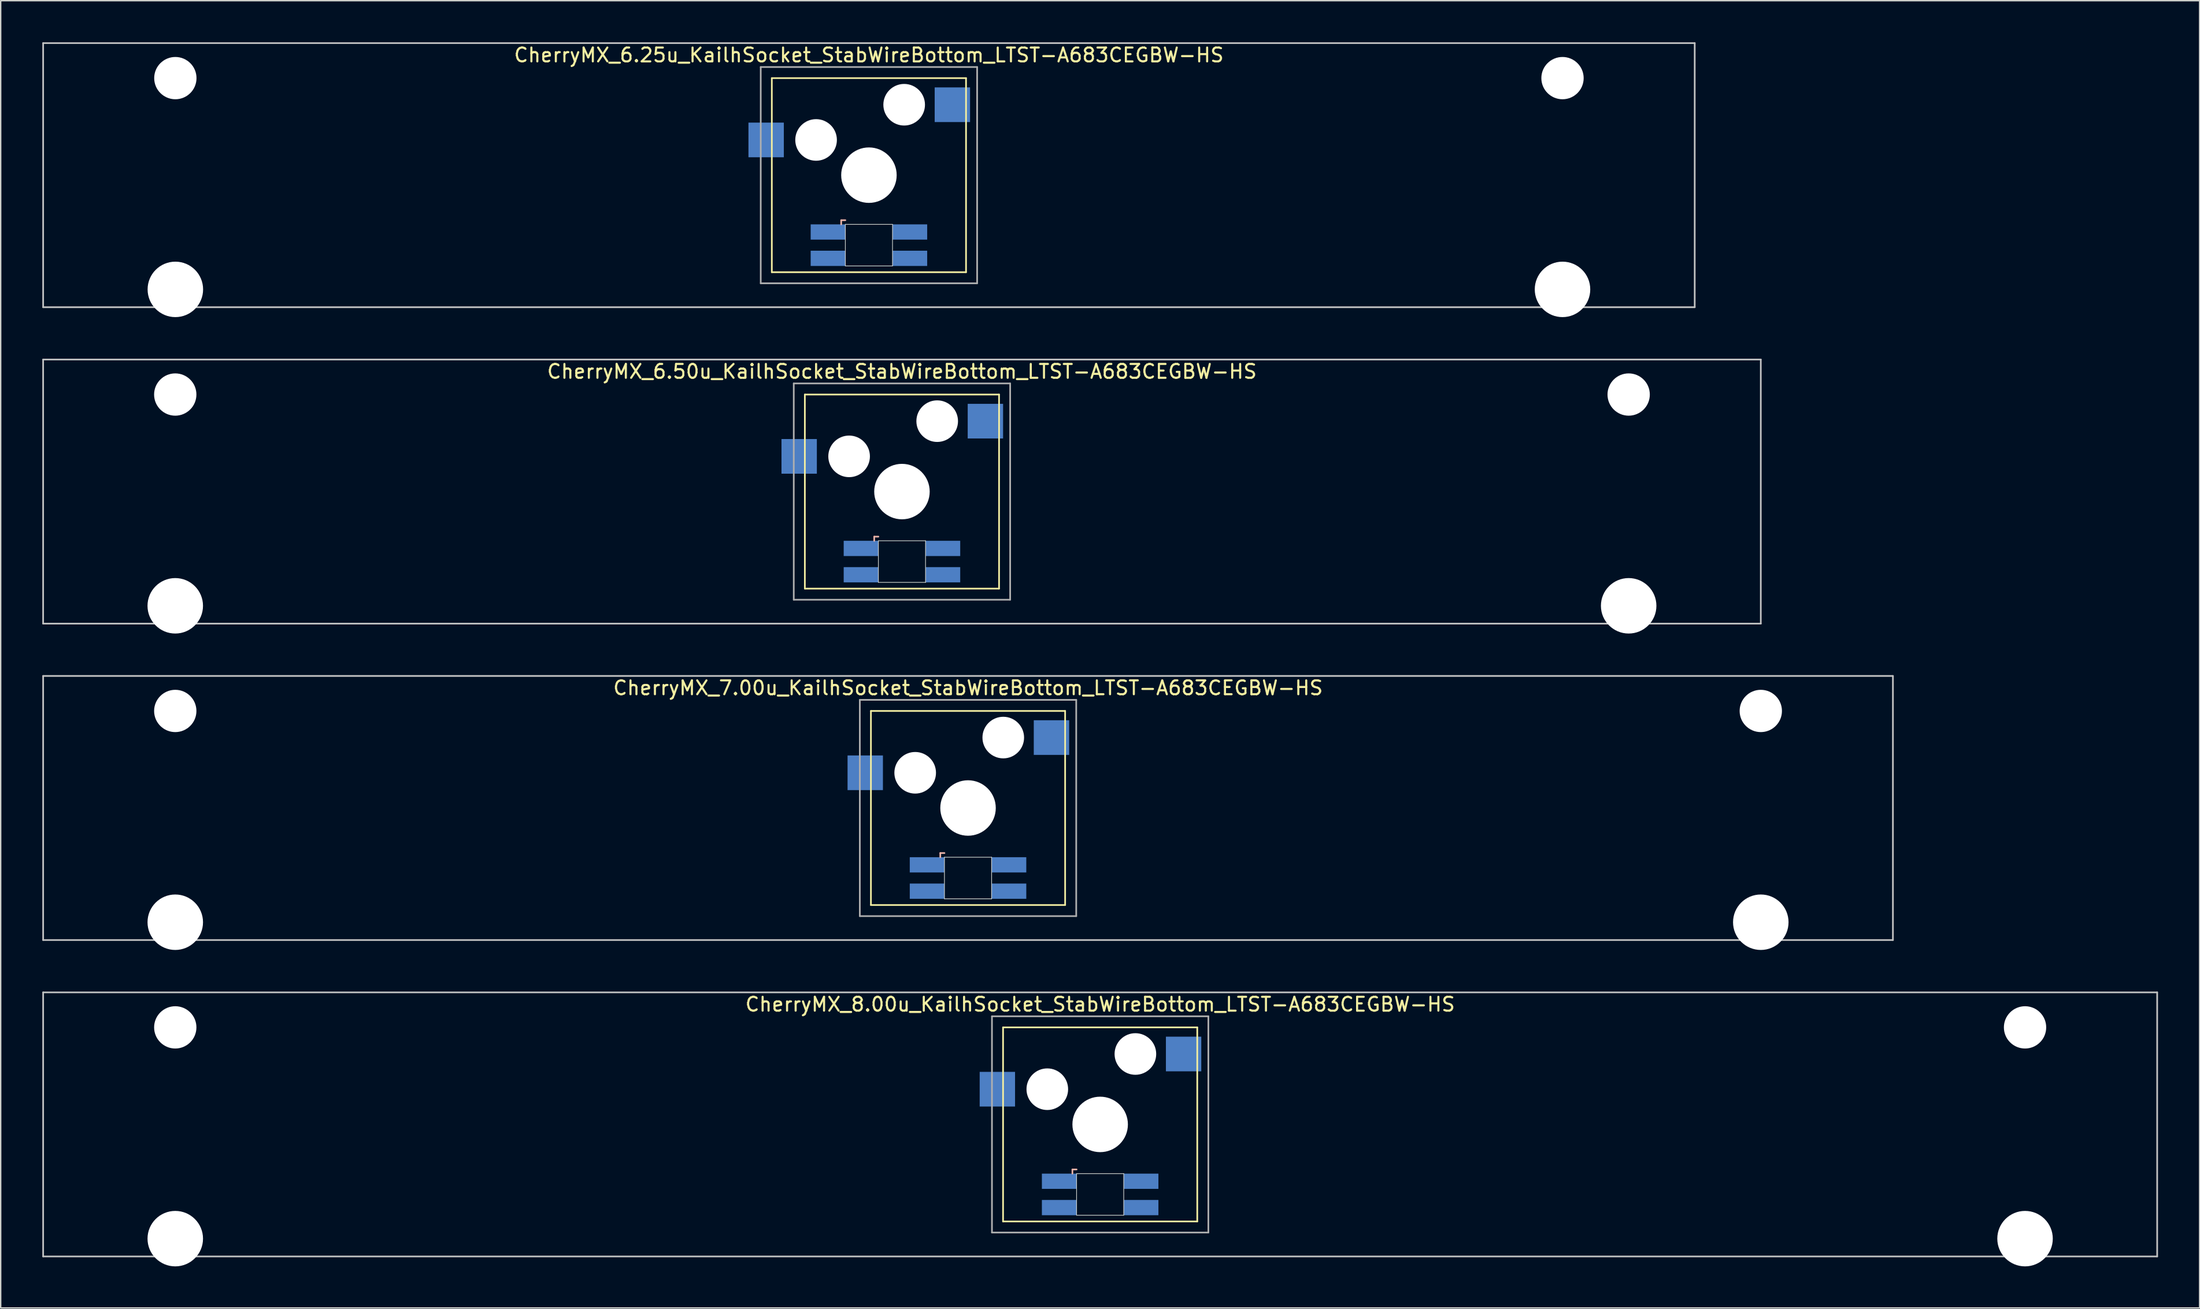
<source format=kicad_pcb>
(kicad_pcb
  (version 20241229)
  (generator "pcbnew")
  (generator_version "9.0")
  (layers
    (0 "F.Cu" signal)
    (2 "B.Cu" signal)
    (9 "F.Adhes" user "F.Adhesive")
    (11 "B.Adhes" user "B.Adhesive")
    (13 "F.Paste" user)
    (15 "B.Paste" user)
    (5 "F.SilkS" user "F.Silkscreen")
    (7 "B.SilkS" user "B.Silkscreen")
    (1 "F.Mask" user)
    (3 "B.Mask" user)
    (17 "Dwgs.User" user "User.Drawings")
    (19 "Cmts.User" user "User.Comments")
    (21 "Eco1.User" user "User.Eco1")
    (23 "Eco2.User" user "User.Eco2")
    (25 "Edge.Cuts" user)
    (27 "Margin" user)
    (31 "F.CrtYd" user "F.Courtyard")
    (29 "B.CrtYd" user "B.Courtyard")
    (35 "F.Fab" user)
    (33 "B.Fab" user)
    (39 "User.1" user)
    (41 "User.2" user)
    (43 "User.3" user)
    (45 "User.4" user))
  (footprint "CherryMX_8.00u_KailhSocket_StabWireBottom_LTST-A683CEGBW-HS"
    (layer "F.Cu")
    (at 76.26 78.06)
    (property "Reference" "CherryMX_8.00u_KailhSocket_StabWireBottom_LTST-A683CEGBW-HS" (at 0 -8.662 0) (layer "F.SilkS") (effects (font (size 1 1) (thickness 0.15))))
    (attr through_hole)
    (fp_line (start -7 -7) (end -7 7) (stroke (width 0.12) (type solid)) (layer "F.SilkS"))
    (fp_line (start -7 -7) (end 7 -7) (stroke (width 0.12) (type solid)) (layer "F.SilkS"))
    (fp_line (start 7 -7) (end 7 7) (stroke (width 0.12) (type solid)) (layer "F.SilkS"))
    (fp_line (start 7 7) (end -7 7) (stroke (width 0.12) (type solid)) (layer "F.SilkS"))
    (fp_line (start -2 3.25) (end -2 3.55) (stroke (width 0.12) (type solid)) (layer "B.SilkS"))
    (fp_line (start -1.7 3.25) (end -2 3.25) (stroke (width 0.12) (type solid)) (layer "B.SilkS"))
    (fp_line (start -76.2 -9.525) (end 76.2 -9.525) (stroke (width 0.12) (type solid)) (layer "Dwgs.User"))
    (fp_line (start -76.2 9.525) (end -76.2 -9.525) (stroke (width 0.12) (type solid)) (layer "Dwgs.User"))
    (fp_line (start 76.2 -9.525) (end 76.2 9.525) (stroke (width 0.12) (type solid)) (layer "Dwgs.User"))
    (fp_line (start 76.2 9.525) (end -76.2 9.525) (stroke (width 0.12) (type solid)) (layer "Dwgs.User"))
    (fp_line (start -1.7 3.55) (end 1.7 3.55) (stroke (width 0.05) (type solid)) (layer "Edge.Cuts"))
    (fp_line (start -1.7 6.55) (end -1.7 3.55) (stroke (width 0.05) (type solid)) (layer "Edge.Cuts"))
    (fp_line (start 1.7 3.55) (end 1.7 6.55) (stroke (width 0.05) (type solid)) (layer "Edge.Cuts"))
    (fp_line (start 1.7 6.55) (end -1.7 6.55) (stroke (width 0.05) (type solid)) (layer "Edge.Cuts"))
    (fp_line (start -7.8 -7.8) (end -7.8 7.8) (stroke (width 0.12) (type solid)) (layer "F.Fab"))
    (fp_line (start -7.8 -7.8) (end 7.8 -7.8) (stroke (width 0.12) (type solid)) (layer "F.Fab"))
    (fp_line (start -7.8 7.8) (end 7.8 7.8) (stroke (width 0.12) (type solid)) (layer "F.Fab"))
    (fp_line (start 7.8 -7.8) (end 7.8 7.8) (stroke (width 0.12) (type solid)) (layer "F.Fab"))
    (pad "" np_thru_hole circle (at -66.675 -7) (size 3.05 3.05) (drill 3.05) (layers "*.Cu" "*.Mask"))
    (pad "" np_thru_hole circle (at -66.675 8.24) (size 4 4) (drill 4) (layers "*.Cu" "*.Mask"))
    (pad "" np_thru_hole circle (at -3.81 -2.54) (size 3 3) (drill 3) (layers "*.Cu" "*.Mask"))
    (pad "" np_thru_hole circle (at 0 0) (size 4 4) (drill 4) (layers "*.Cu" "*.Mask"))
    (pad "" np_thru_hole circle (at 2.54 -5.08) (size 3 3) (drill 3) (layers "*.Cu" "*.Mask"))
    (pad "" np_thru_hole circle (at 66.675 -7) (size 3.05 3.05) (drill 3.05) (layers "*.Cu" "*.Mask"))
    (pad "" np_thru_hole circle (at 66.675 8.24) (size 4 4) (drill 4) (layers "*.Cu" "*.Mask"))
    (pad "1" smd rect (at -7.41 -2.54) (size 2.55 2.5) (layers "B.Cu" "B.Mask" "B.Paste"))
    (pad "2" smd rect (at 6.015 -5.08) (size 2.55 2.5) (layers "B.Cu" "B.Mask" "B.Paste"))
    (pad "3" smd rect (at -2.95 4.1) (size 2.5 1.1) (layers "B.Cu" "B.Mask" "B.Paste"))
    (pad "4" smd rect (at -2.95 6) (size 2.5 1.1) (layers "B.Cu" "B.Mask" "B.Paste"))
    (pad "5" smd rect (at 2.95 4.1) (size 2.5 1.1) (layers "B.Cu" "B.Mask" "B.Paste"))
    (pad "6" smd rect (at 2.95 6) (size 2.5 1.1) (layers "B.Cu" "B.Mask" "B.Paste")))
  (footprint "CherryMX_6.50u_KailhSocket_StabWireBottom_LTST-A683CEGBW-HS"
    (layer "F.Cu")
    (at 61.972 32.41)
    (property "Reference" "CherryMX_6.50u_KailhSocket_StabWireBottom_LTST-A683CEGBW-HS" (at 0 -8.662 0) (layer "F.SilkS") (effects (font (size 1 1) (thickness 0.15))))
    (attr through_hole)
    (fp_line (start -7 -7) (end -7 7) (stroke (width 0.12) (type solid)) (layer "F.SilkS"))
    (fp_line (start -7 -7) (end 7 -7) (stroke (width 0.12) (type solid)) (layer "F.SilkS"))
    (fp_line (start 7 -7) (end 7 7) (stroke (width 0.12) (type solid)) (layer "F.SilkS"))
    (fp_line (start 7 7) (end -7 7) (stroke (width 0.12) (type solid)) (layer "F.SilkS"))
    (fp_line (start -2 3.25) (end -2 3.55) (stroke (width 0.12) (type solid)) (layer "B.SilkS"))
    (fp_line (start -1.7 3.25) (end -2 3.25) (stroke (width 0.12) (type solid)) (layer "B.SilkS"))
    (fp_line (start -61.913 -9.525) (end 61.913 -9.525) (stroke (width 0.12) (type solid)) (layer "Dwgs.User"))
    (fp_line (start -61.913 9.525) (end -61.913 -9.525) (stroke (width 0.12) (type solid)) (layer "Dwgs.User"))
    (fp_line (start 61.913 -9.525) (end 61.913 9.525) (stroke (width 0.12) (type solid)) (layer "Dwgs.User"))
    (fp_line (start 61.913 9.525) (end -61.913 9.525) (stroke (width 0.12) (type solid)) (layer "Dwgs.User"))
    (fp_line (start -1.7 3.55) (end 1.7 3.55) (stroke (width 0.05) (type solid)) (layer "Edge.Cuts"))
    (fp_line (start -1.7 6.55) (end -1.7 3.55) (stroke (width 0.05) (type solid)) (layer "Edge.Cuts"))
    (fp_line (start 1.7 3.55) (end 1.7 6.55) (stroke (width 0.05) (type solid)) (layer "Edge.Cuts"))
    (fp_line (start 1.7 6.55) (end -1.7 6.55) (stroke (width 0.05) (type solid)) (layer "Edge.Cuts"))
    (fp_line (start -7.8 -7.8) (end -7.8 7.8) (stroke (width 0.12) (type solid)) (layer "F.Fab"))
    (fp_line (start -7.8 -7.8) (end 7.8 -7.8) (stroke (width 0.12) (type solid)) (layer "F.Fab"))
    (fp_line (start -7.8 7.8) (end 7.8 7.8) (stroke (width 0.12) (type solid)) (layer "F.Fab"))
    (fp_line (start 7.8 -7.8) (end 7.8 7.8) (stroke (width 0.12) (type solid)) (layer "F.Fab"))
    (pad "" np_thru_hole circle (at -52.388 -7) (size 3.05 3.05) (drill 3.05) (layers "*.Cu" "*.Mask"))
    (pad "" np_thru_hole circle (at -52.388 8.24) (size 4 4) (drill 4) (layers "*.Cu" "*.Mask"))
    (pad "" np_thru_hole circle (at -3.81 -2.54) (size 3 3) (drill 3) (layers "*.Cu" "*.Mask"))
    (pad "" np_thru_hole circle (at 0 0) (size 4 4) (drill 4) (layers "*.Cu" "*.Mask"))
    (pad "" np_thru_hole circle (at 2.54 -5.08) (size 3 3) (drill 3) (layers "*.Cu" "*.Mask"))
    (pad "" np_thru_hole circle (at 52.388 -7) (size 3.05 3.05) (drill 3.05) (layers "*.Cu" "*.Mask"))
    (pad "" np_thru_hole circle (at 52.388 8.24) (size 4 4) (drill 4) (layers "*.Cu" "*.Mask"))
    (pad "1" smd rect (at -7.41 -2.54) (size 2.55 2.5) (layers "B.Cu" "B.Mask" "B.Paste"))
    (pad "2" smd rect (at 6.015 -5.08) (size 2.55 2.5) (layers "B.Cu" "B.Mask" "B.Paste"))
    (pad "3" smd rect (at -2.95 4.1) (size 2.5 1.1) (layers "B.Cu" "B.Mask" "B.Paste"))
    (pad "4" smd rect (at -2.95 6) (size 2.5 1.1) (layers "B.Cu" "B.Mask" "B.Paste"))
    (pad "5" smd rect (at 2.95 4.1) (size 2.5 1.1) (layers "B.Cu" "B.Mask" "B.Paste"))
    (pad "6" smd rect (at 2.95 6) (size 2.5 1.1) (layers "B.Cu" "B.Mask" "B.Paste")))
  (footprint "CherryMX_6.25u_KailhSocket_StabWireBottom_LTST-A683CEGBW-HS"
    (layer "F.Cu")
    (at 59.591 9.585)
    (property "Reference" "CherryMX_6.25u_KailhSocket_StabWireBottom_LTST-A683CEGBW-HS" (at 0 -8.662 0) (layer "F.SilkS") (effects (font (size 1 1) (thickness 0.15))))
    (attr through_hole)
    (fp_line (start -7 -7) (end -7 7) (stroke (width 0.12) (type solid)) (layer "F.SilkS"))
    (fp_line (start -7 -7) (end 7 -7) (stroke (width 0.12) (type solid)) (layer "F.SilkS"))
    (fp_line (start 7 -7) (end 7 7) (stroke (width 0.12) (type solid)) (layer "F.SilkS"))
    (fp_line (start 7 7) (end -7 7) (stroke (width 0.12) (type solid)) (layer "F.SilkS"))
    (fp_line (start -2 3.25) (end -2 3.55) (stroke (width 0.12) (type solid)) (layer "B.SilkS"))
    (fp_line (start -1.7 3.25) (end -2 3.25) (stroke (width 0.12) (type solid)) (layer "B.SilkS"))
    (fp_line (start -59.531 -9.525) (end 59.531 -9.525) (stroke (width 0.12) (type solid)) (layer "Dwgs.User"))
    (fp_line (start -59.531 9.525) (end -59.531 -9.525) (stroke (width 0.12) (type solid)) (layer "Dwgs.User"))
    (fp_line (start 59.531 -9.525) (end 59.531 9.525) (stroke (width 0.12) (type solid)) (layer "Dwgs.User"))
    (fp_line (start 59.531 9.525) (end -59.531 9.525) (stroke (width 0.12) (type solid)) (layer "Dwgs.User"))
    (fp_line (start -1.7 3.55) (end 1.7 3.55) (stroke (width 0.05) (type solid)) (layer "Edge.Cuts"))
    (fp_line (start -1.7 6.55) (end -1.7 3.55) (stroke (width 0.05) (type solid)) (layer "Edge.Cuts"))
    (fp_line (start 1.7 3.55) (end 1.7 6.55) (stroke (width 0.05) (type solid)) (layer "Edge.Cuts"))
    (fp_line (start 1.7 6.55) (end -1.7 6.55) (stroke (width 0.05) (type solid)) (layer "Edge.Cuts"))
    (fp_line (start -7.8 -7.8) (end -7.8 7.8) (stroke (width 0.12) (type solid)) (layer "F.Fab"))
    (fp_line (start -7.8 -7.8) (end 7.8 -7.8) (stroke (width 0.12) (type solid)) (layer "F.Fab"))
    (fp_line (start -7.8 7.8) (end 7.8 7.8) (stroke (width 0.12) (type solid)) (layer "F.Fab"))
    (fp_line (start 7.8 -7.8) (end 7.8 7.8) (stroke (width 0.12) (type solid)) (layer "F.Fab"))
    (pad "" np_thru_hole circle (at -50 -7) (size 3.05 3.05) (drill 3.05) (layers "*.Cu" "*.Mask"))
    (pad "" np_thru_hole circle (at -50 8.24) (size 4 4) (drill 4) (layers "*.Cu" "*.Mask"))
    (pad "" np_thru_hole circle (at -3.81 -2.54) (size 3 3) (drill 3) (layers "*.Cu" "*.Mask"))
    (pad "" np_thru_hole circle (at 0 0) (size 4 4) (drill 4) (layers "*.Cu" "*.Mask"))
    (pad "" np_thru_hole circle (at 2.54 -5.08) (size 3 3) (drill 3) (layers "*.Cu" "*.Mask"))
    (pad "" np_thru_hole circle (at 50 -7) (size 3.05 3.05) (drill 3.05) (layers "*.Cu" "*.Mask"))
    (pad "" np_thru_hole circle (at 50 8.24) (size 4 4) (drill 4) (layers "*.Cu" "*.Mask"))
    (pad "1" smd rect (at -7.41 -2.54) (size 2.55 2.5) (layers "B.Cu" "B.Mask" "B.Paste"))
    (pad "2" smd rect (at 6.015 -5.08) (size 2.55 2.5) (layers "B.Cu" "B.Mask" "B.Paste"))
    (pad "3" smd rect (at -2.95 4.1) (size 2.5 1.1) (layers "B.Cu" "B.Mask" "B.Paste"))
    (pad "4" smd rect (at -2.95 6) (size 2.5 1.1) (layers "B.Cu" "B.Mask" "B.Paste"))
    (pad "5" smd rect (at 2.95 4.1) (size 2.5 1.1) (layers "B.Cu" "B.Mask" "B.Paste"))
    (pad "6" smd rect (at 2.95 6) (size 2.5 1.1) (layers "B.Cu" "B.Mask" "B.Paste")))
  (footprint "CherryMX_7.00u_KailhSocket_StabWireBottom_LTST-A683CEGBW-HS"
    (layer "F.Cu")
    (at 66.735 55.235)
    (property "Reference" "CherryMX_7.00u_KailhSocket_StabWireBottom_LTST-A683CEGBW-HS" (at 0 -8.662 0) (layer "F.SilkS") (effects (font (size 1 1) (thickness 0.15))))
    (attr through_hole)
    (fp_line (start -7 -7) (end -7 7) (stroke (width 0.12) (type solid)) (layer "F.SilkS"))
    (fp_line (start -7 -7) (end 7 -7) (stroke (width 0.12) (type solid)) (layer "F.SilkS"))
    (fp_line (start 7 -7) (end 7 7) (stroke (width 0.12) (type solid)) (layer "F.SilkS"))
    (fp_line (start 7 7) (end -7 7) (stroke (width 0.12) (type solid)) (layer "F.SilkS"))
    (fp_line (start -2 3.25) (end -2 3.55) (stroke (width 0.12) (type solid)) (layer "B.SilkS"))
    (fp_line (start -1.7 3.25) (end -2 3.25) (stroke (width 0.12) (type solid)) (layer "B.SilkS"))
    (fp_line (start -66.675 -9.525) (end 66.675 -9.525) (stroke (width 0.12) (type solid)) (layer "Dwgs.User"))
    (fp_line (start -66.675 9.525) (end -66.675 -9.525) (stroke (width 0.12) (type solid)) (layer "Dwgs.User"))
    (fp_line (start 66.675 -9.525) (end 66.675 9.525) (stroke (width 0.12) (type solid)) (layer "Dwgs.User"))
    (fp_line (start 66.675 9.525) (end -66.675 9.525) (stroke (width 0.12) (type solid)) (layer "Dwgs.User"))
    (fp_line (start -1.7 3.55) (end 1.7 3.55) (stroke (width 0.05) (type solid)) (layer "Edge.Cuts"))
    (fp_line (start -1.7 6.55) (end -1.7 3.55) (stroke (width 0.05) (type solid)) (layer "Edge.Cuts"))
    (fp_line (start 1.7 3.55) (end 1.7 6.55) (stroke (width 0.05) (type solid)) (layer "Edge.Cuts"))
    (fp_line (start 1.7 6.55) (end -1.7 6.55) (stroke (width 0.05) (type solid)) (layer "Edge.Cuts"))
    (fp_line (start -7.8 -7.8) (end -7.8 7.8) (stroke (width 0.12) (type solid)) (layer "F.Fab"))
    (fp_line (start -7.8 -7.8) (end 7.8 -7.8) (stroke (width 0.12) (type solid)) (layer "F.Fab"))
    (fp_line (start -7.8 7.8) (end 7.8 7.8) (stroke (width 0.12) (type solid)) (layer "F.Fab"))
    (fp_line (start 7.8 -7.8) (end 7.8 7.8) (stroke (width 0.12) (type solid)) (layer "F.Fab"))
    (pad "" np_thru_hole circle (at -57.15 -7) (size 3.05 3.05) (drill 3.05) (layers "*.Cu" "*.Mask"))
    (pad "" np_thru_hole circle (at -57.15 8.24) (size 4 4) (drill 4) (layers "*.Cu" "*.Mask"))
    (pad "" np_thru_hole circle (at -3.81 -2.54) (size 3 3) (drill 3) (layers "*.Cu" "*.Mask"))
    (pad "" np_thru_hole circle (at 0 0) (size 4 4) (drill 4) (layers "*.Cu" "*.Mask"))
    (pad "" np_thru_hole circle (at 2.54 -5.08) (size 3 3) (drill 3) (layers "*.Cu" "*.Mask"))
    (pad "" np_thru_hole circle (at 57.15 -7) (size 3.05 3.05) (drill 3.05) (layers "*.Cu" "*.Mask"))
    (pad "" np_thru_hole circle (at 57.15 8.24) (size 4 4) (drill 4) (layers "*.Cu" "*.Mask"))
    (pad "1" smd rect (at -7.41 -2.54) (size 2.55 2.5) (layers "B.Cu" "B.Mask" "B.Paste"))
    (pad "2" smd rect (at 6.015 -5.08) (size 2.55 2.5) (layers "B.Cu" "B.Mask" "B.Paste"))
    (pad "3" smd rect (at -2.95 4.1) (size 2.5 1.1) (layers "B.Cu" "B.Mask" "B.Paste"))
    (pad "4" smd rect (at -2.95 6) (size 2.5 1.1) (layers "B.Cu" "B.Mask" "B.Paste"))
    (pad "5" smd rect (at 2.95 4.1) (size 2.5 1.1) (layers "B.Cu" "B.Mask" "B.Paste"))
    (pad "6" smd rect (at 2.95 6) (size 2.5 1.1) (layers "B.Cu" "B.Mask" "B.Paste")))
  (gr_rect
    (start -3 -3)
    (end 155.52 91.3)
    (stroke (width 0.1) (type default))
    (fill no)
    (layer "Edge.Cuts")))
</source>
